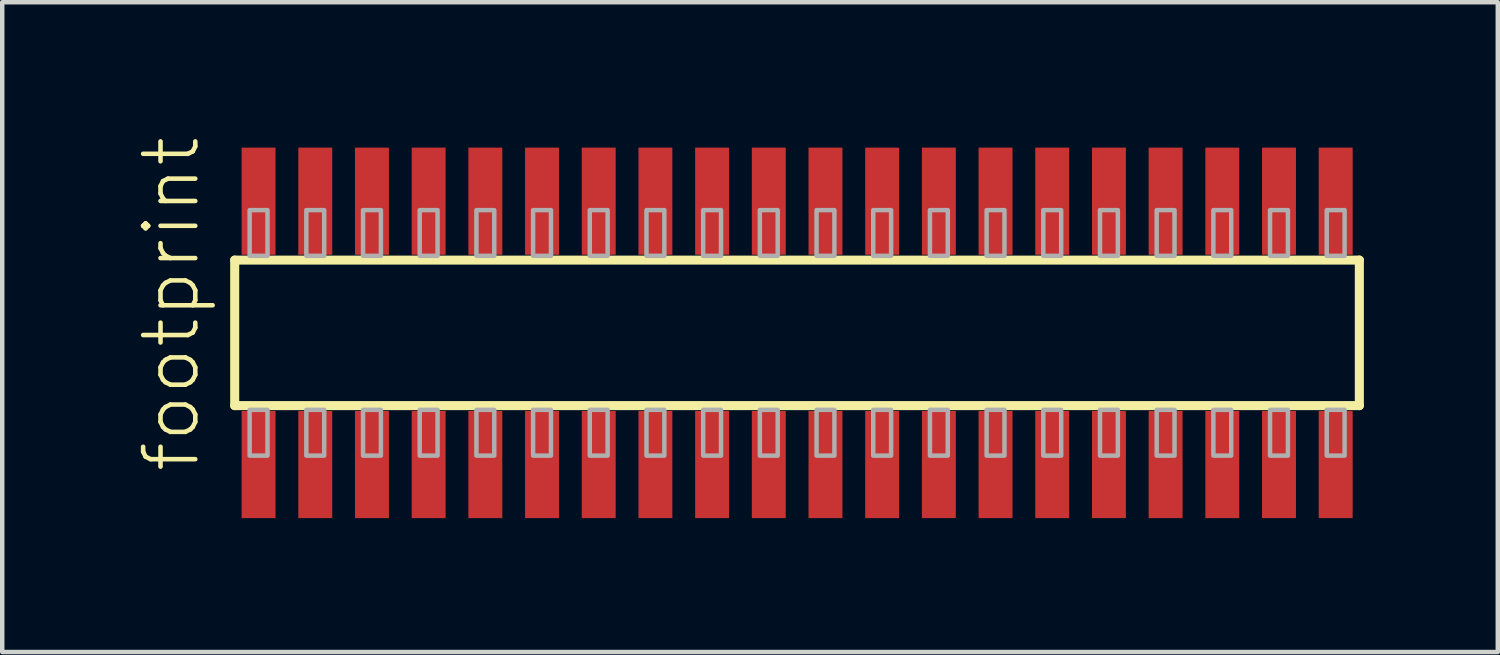
<source format=kicad_pcb>
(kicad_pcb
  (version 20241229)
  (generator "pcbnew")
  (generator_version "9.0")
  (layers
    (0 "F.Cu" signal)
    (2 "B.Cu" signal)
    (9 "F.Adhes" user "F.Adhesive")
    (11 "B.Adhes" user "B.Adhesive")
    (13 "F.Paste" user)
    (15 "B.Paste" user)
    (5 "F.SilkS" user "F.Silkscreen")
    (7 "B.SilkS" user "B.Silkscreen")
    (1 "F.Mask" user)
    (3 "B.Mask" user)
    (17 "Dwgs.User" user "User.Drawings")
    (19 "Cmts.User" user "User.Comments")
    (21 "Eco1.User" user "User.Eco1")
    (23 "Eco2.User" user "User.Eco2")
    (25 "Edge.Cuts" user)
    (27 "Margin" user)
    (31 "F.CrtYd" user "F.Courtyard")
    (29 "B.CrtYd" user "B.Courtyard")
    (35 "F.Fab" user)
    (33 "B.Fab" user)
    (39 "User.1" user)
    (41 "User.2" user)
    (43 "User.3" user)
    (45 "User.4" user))
  (footprint "footprint"
    (layer "F.Cu")
    (at 14.808 4.407)
    (property "Reference" "footprint" (at -13.335 3.175 90) (layer "F.SilkS") (effects (font (size 1.168 1.168) (thickness 0.102)) (justify left bottom)))
    (fp_line (start -12.6 -1.63) (end 12.595 -1.63) (stroke (width 0.203) (type solid)) (layer "F.SilkS"))
    (fp_line (start -12.6 1.63) (end -12.6 -1.63) (stroke (width 0.203) (type solid)) (layer "F.SilkS"))
    (fp_line (start 12.595 -1.63) (end 12.595 1.63) (stroke (width 0.203) (type solid)) (layer "F.SilkS"))
    (fp_line (start 12.595 1.63) (end -12.6 1.63) (stroke (width 0.203) (type solid)) (layer "F.SilkS"))
    (fp_poly (pts (xy -12.265 -1.725) (xy -11.865 -1.725) (xy -11.865 -2.75) (xy -12.265 -2.75)) (stroke (width 0.1) (type solid)) (fill no) (layer "F.Fab"))
    (fp_poly (pts (xy -11.865 1.725) (xy -12.265 1.725) (xy -12.265 2.75) (xy -11.865 2.75)) (stroke (width 0.1) (type solid)) (fill no) (layer "F.Fab"))
    (fp_poly (pts (xy -10.995 -1.725) (xy -10.595 -1.725) (xy -10.595 -2.75) (xy -10.995 -2.75)) (stroke (width 0.1) (type solid)) (fill no) (layer "F.Fab"))
    (fp_poly (pts (xy -10.595 1.725) (xy -10.995 1.725) (xy -10.995 2.75) (xy -10.595 2.75)) (stroke (width 0.1) (type solid)) (fill no) (layer "F.Fab"))
    (fp_poly (pts (xy -9.725 -1.725) (xy -9.325 -1.725) (xy -9.325 -2.75) (xy -9.725 -2.75)) (stroke (width 0.1) (type solid)) (fill no) (layer "F.Fab"))
    (fp_poly (pts (xy -9.325 1.725) (xy -9.725 1.725) (xy -9.725 2.75) (xy -9.325 2.75)) (stroke (width 0.1) (type solid)) (fill no) (layer "F.Fab"))
    (fp_poly (pts (xy -8.455 -1.725) (xy -8.055 -1.725) (xy -8.055 -2.75) (xy -8.455 -2.75)) (stroke (width 0.1) (type solid)) (fill no) (layer "F.Fab"))
    (fp_poly (pts (xy -8.055 1.725) (xy -8.455 1.725) (xy -8.455 2.75) (xy -8.055 2.75)) (stroke (width 0.1) (type solid)) (fill no) (layer "F.Fab"))
    (fp_poly (pts (xy -7.185 -1.725) (xy -6.785 -1.725) (xy -6.785 -2.75) (xy -7.185 -2.75)) (stroke (width 0.1) (type solid)) (fill no) (layer "F.Fab"))
    (fp_poly (pts (xy -6.785 1.725) (xy -7.185 1.725) (xy -7.185 2.75) (xy -6.785 2.75)) (stroke (width 0.1) (type solid)) (fill no) (layer "F.Fab"))
    (fp_poly (pts (xy -5.915 -1.725) (xy -5.515 -1.725) (xy -5.515 -2.75) (xy -5.915 -2.75)) (stroke (width 0.1) (type solid)) (fill no) (layer "F.Fab"))
    (fp_poly (pts (xy -5.515 1.725) (xy -5.915 1.725) (xy -5.915 2.75) (xy -5.515 2.75)) (stroke (width 0.1) (type solid)) (fill no) (layer "F.Fab"))
    (fp_poly (pts (xy -4.645 -1.725) (xy -4.245 -1.725) (xy -4.245 -2.75) (xy -4.645 -2.75)) (stroke (width 0.1) (type solid)) (fill no) (layer "F.Fab"))
    (fp_poly (pts (xy -4.245 1.725) (xy -4.645 1.725) (xy -4.645 2.75) (xy -4.245 2.75)) (stroke (width 0.1) (type solid)) (fill no) (layer "F.Fab"))
    (fp_poly (pts (xy -3.375 -1.725) (xy -2.975 -1.725) (xy -2.975 -2.75) (xy -3.375 -2.75)) (stroke (width 0.1) (type solid)) (fill no) (layer "F.Fab"))
    (fp_poly (pts (xy -2.975 1.725) (xy -3.375 1.725) (xy -3.375 2.75) (xy -2.975 2.75)) (stroke (width 0.1) (type solid)) (fill no) (layer "F.Fab"))
    (fp_poly (pts (xy -2.105 -1.725) (xy -1.705 -1.725) (xy -1.705 -2.75) (xy -2.105 -2.75)) (stroke (width 0.1) (type solid)) (fill no) (layer "F.Fab"))
    (fp_poly (pts (xy -1.705 1.725) (xy -2.105 1.725) (xy -2.105 2.75) (xy -1.705 2.75)) (stroke (width 0.1) (type solid)) (fill no) (layer "F.Fab"))
    (fp_poly (pts (xy -0.835 -1.725) (xy -0.435 -1.725) (xy -0.435 -2.75) (xy -0.835 -2.75)) (stroke (width 0.1) (type solid)) (fill no) (layer "F.Fab"))
    (fp_poly (pts (xy -0.435 1.725) (xy -0.835 1.725) (xy -0.835 2.75) (xy -0.435 2.75)) (stroke (width 0.1) (type solid)) (fill no) (layer "F.Fab"))
    (fp_poly (pts (xy 0.435 -1.725) (xy 0.835 -1.725) (xy 0.835 -2.75) (xy 0.435 -2.75)) (stroke (width 0.1) (type solid)) (fill no) (layer "F.Fab"))
    (fp_poly (pts (xy 0.835 1.725) (xy 0.435 1.725) (xy 0.435 2.75) (xy 0.835 2.75)) (stroke (width 0.1) (type solid)) (fill no) (layer "F.Fab"))
    (fp_poly (pts (xy 1.705 -1.725) (xy 2.105 -1.725) (xy 2.105 -2.75) (xy 1.705 -2.75)) (stroke (width 0.1) (type solid)) (fill no) (layer "F.Fab"))
    (fp_poly (pts (xy 2.105 1.725) (xy 1.705 1.725) (xy 1.705 2.75) (xy 2.105 2.75)) (stroke (width 0.1) (type solid)) (fill no) (layer "F.Fab"))
    (fp_poly (pts (xy 2.975 -1.725) (xy 3.375 -1.725) (xy 3.375 -2.75) (xy 2.975 -2.75)) (stroke (width 0.1) (type solid)) (fill no) (layer "F.Fab"))
    (fp_poly (pts (xy 3.375 1.725) (xy 2.975 1.725) (xy 2.975 2.75) (xy 3.375 2.75)) (stroke (width 0.1) (type solid)) (fill no) (layer "F.Fab"))
    (fp_poly (pts (xy 4.245 -1.725) (xy 4.645 -1.725) (xy 4.645 -2.75) (xy 4.245 -2.75)) (stroke (width 0.1) (type solid)) (fill no) (layer "F.Fab"))
    (fp_poly (pts (xy 4.645 1.725) (xy 4.245 1.725) (xy 4.245 2.75) (xy 4.645 2.75)) (stroke (width 0.1) (type solid)) (fill no) (layer "F.Fab"))
    (fp_poly (pts (xy 5.515 -1.725) (xy 5.915 -1.725) (xy 5.915 -2.75) (xy 5.515 -2.75)) (stroke (width 0.1) (type solid)) (fill no) (layer "F.Fab"))
    (fp_poly (pts (xy 5.915 1.725) (xy 5.515 1.725) (xy 5.515 2.75) (xy 5.915 2.75)) (stroke (width 0.1) (type solid)) (fill no) (layer "F.Fab"))
    (fp_poly (pts (xy 6.785 -1.725) (xy 7.185 -1.725) (xy 7.185 -2.75) (xy 6.785 -2.75)) (stroke (width 0.1) (type solid)) (fill no) (layer "F.Fab"))
    (fp_poly (pts (xy 7.185 1.725) (xy 6.785 1.725) (xy 6.785 2.75) (xy 7.185 2.75)) (stroke (width 0.1) (type solid)) (fill no) (layer "F.Fab"))
    (fp_poly (pts (xy 8.055 -1.725) (xy 8.455 -1.725) (xy 8.455 -2.75) (xy 8.055 -2.75)) (stroke (width 0.1) (type solid)) (fill no) (layer "F.Fab"))
    (fp_poly (pts (xy 8.455 1.725) (xy 8.055 1.725) (xy 8.055 2.75) (xy 8.455 2.75)) (stroke (width 0.1) (type solid)) (fill no) (layer "F.Fab"))
    (fp_poly (pts (xy 9.325 -1.725) (xy 9.725 -1.725) (xy 9.725 -2.75) (xy 9.325 -2.75)) (stroke (width 0.1) (type solid)) (fill no) (layer "F.Fab"))
    (fp_poly (pts (xy 9.725 1.725) (xy 9.325 1.725) (xy 9.325 2.75) (xy 9.725 2.75)) (stroke (width 0.1) (type solid)) (fill no) (layer "F.Fab"))
    (fp_poly (pts (xy 10.595 -1.725) (xy 10.995 -1.725) (xy 10.995 -2.75) (xy 10.595 -2.75)) (stroke (width 0.1) (type solid)) (fill no) (layer "F.Fab"))
    (fp_poly (pts (xy 10.995 1.725) (xy 10.595 1.725) (xy 10.595 2.75) (xy 10.995 2.75)) (stroke (width 0.1) (type solid)) (fill no) (layer "F.Fab"))
    (fp_poly (pts (xy 11.865 -1.725) (xy 12.265 -1.725) (xy 12.265 -2.75) (xy 11.865 -2.75)) (stroke (width 0.1) (type solid)) (fill no) (layer "F.Fab"))
    (fp_poly (pts (xy 12.265 1.725) (xy 11.865 1.725) (xy 11.865 2.75) (xy 12.265 2.75)) (stroke (width 0.1) (type solid)) (fill no) (layer "F.Fab"))
    (pad "1" smd rect (at -12.065 2.95) (size 0.76 2.4) (layers "F.Cu" "F.Mask" "F.Paste"))
    (pad "2" smd rect (at -12.065 -2.95) (size 0.76 2.4) (layers "F.Cu" "F.Mask" "F.Paste"))
    (pad "3" smd rect (at -10.795 2.95) (size 0.76 2.4) (layers "F.Cu" "F.Mask" "F.Paste"))
    (pad "4" smd rect (at -10.795 -2.95) (size 0.76 2.4) (layers "F.Cu" "F.Mask" "F.Paste"))
    (pad "5" smd rect (at -9.525 2.95) (size 0.76 2.4) (layers "F.Cu" "F.Mask" "F.Paste"))
    (pad "6" smd rect (at -9.525 -2.95) (size 0.76 2.4) (layers "F.Cu" "F.Mask" "F.Paste"))
    (pad "7" smd rect (at -8.255 2.95) (size 0.76 2.4) (layers "F.Cu" "F.Mask" "F.Paste"))
    (pad "8" smd rect (at -8.255 -2.95) (size 0.76 2.4) (layers "F.Cu" "F.Mask" "F.Paste"))
    (pad "9" smd rect (at -6.985 2.95) (size 0.76 2.4) (layers "F.Cu" "F.Mask" "F.Paste"))
    (pad "10" smd rect (at -6.985 -2.95) (size 0.76 2.4) (layers "F.Cu" "F.Mask" "F.Paste"))
    (pad "11" smd rect (at -5.715 2.95) (size 0.76 2.4) (layers "F.Cu" "F.Mask" "F.Paste"))
    (pad "12" smd rect (at -5.715 -2.95) (size 0.76 2.4) (layers "F.Cu" "F.Mask" "F.Paste"))
    (pad "13" smd rect (at -4.445 2.95) (size 0.76 2.4) (layers "F.Cu" "F.Mask" "F.Paste"))
    (pad "14" smd rect (at -4.445 -2.95) (size 0.76 2.4) (layers "F.Cu" "F.Mask" "F.Paste"))
    (pad "15" smd rect (at -3.175 2.95) (size 0.76 2.4) (layers "F.Cu" "F.Mask" "F.Paste"))
    (pad "16" smd rect (at -3.175 -2.95) (size 0.76 2.4) (layers "F.Cu" "F.Mask" "F.Paste"))
    (pad "17" smd rect (at -1.905 2.95) (size 0.76 2.4) (layers "F.Cu" "F.Mask" "F.Paste"))
    (pad "18" smd rect (at -1.905 -2.95) (size 0.76 2.4) (layers "F.Cu" "F.Mask" "F.Paste"))
    (pad "19" smd rect (at -0.635 2.95) (size 0.76 2.4) (layers "F.Cu" "F.Mask" "F.Paste"))
    (pad "20" smd rect (at -0.635 -2.95) (size 0.76 2.4) (layers "F.Cu" "F.Mask" "F.Paste"))
    (pad "21" smd rect (at 0.635 2.95) (size 0.76 2.4) (layers "F.Cu" "F.Mask" "F.Paste"))
    (pad "22" smd rect (at 0.635 -2.95) (size 0.76 2.4) (layers "F.Cu" "F.Mask" "F.Paste"))
    (pad "23" smd rect (at 1.905 2.95) (size 0.76 2.4) (layers "F.Cu" "F.Mask" "F.Paste"))
    (pad "24" smd rect (at 1.905 -2.95) (size 0.76 2.4) (layers "F.Cu" "F.Mask" "F.Paste"))
    (pad "25" smd rect (at 3.175 2.95) (size 0.76 2.4) (layers "F.Cu" "F.Mask" "F.Paste"))
    (pad "26" smd rect (at 3.175 -2.95) (size 0.76 2.4) (layers "F.Cu" "F.Mask" "F.Paste"))
    (pad "27" smd rect (at 4.445 2.95) (size 0.76 2.4) (layers "F.Cu" "F.Mask" "F.Paste"))
    (pad "28" smd rect (at 4.445 -2.95) (size 0.76 2.4) (layers "F.Cu" "F.Mask" "F.Paste"))
    (pad "29" smd rect (at 5.715 2.95) (size 0.76 2.4) (layers "F.Cu" "F.Mask" "F.Paste"))
    (pad "30" smd rect (at 5.715 -2.95) (size 0.76 2.4) (layers "F.Cu" "F.Mask" "F.Paste"))
    (pad "31" smd rect (at 6.985 2.95) (size 0.76 2.4) (layers "F.Cu" "F.Mask" "F.Paste"))
    (pad "32" smd rect (at 6.985 -2.95) (size 0.76 2.4) (layers "F.Cu" "F.Mask" "F.Paste"))
    (pad "33" smd rect (at 8.255 2.95) (size 0.76 2.4) (layers "F.Cu" "F.Mask" "F.Paste"))
    (pad "34" smd rect (at 8.255 -2.95) (size 0.76 2.4) (layers "F.Cu" "F.Mask" "F.Paste"))
    (pad "35" smd rect (at 9.525 2.95) (size 0.76 2.4) (layers "F.Cu" "F.Mask" "F.Paste"))
    (pad "36" smd rect (at 9.525 -2.95) (size 0.76 2.4) (layers "F.Cu" "F.Mask" "F.Paste"))
    (pad "37" smd rect (at 10.795 2.95) (size 0.76 2.4) (layers "F.Cu" "F.Mask" "F.Paste"))
    (pad "38" smd rect (at 10.795 -2.95) (size 0.76 2.4) (layers "F.Cu" "F.Mask" "F.Paste"))
    (pad "39" smd rect (at 12.065 2.95) (size 0.76 2.4) (layers "F.Cu" "F.Mask" "F.Paste"))
    (pad "40" smd rect (at 12.065 -2.95) (size 0.76 2.4) (layers "F.Cu" "F.Mask" "F.Paste")))
  (gr_rect
    (start -3 -3)
    (end 30.505 11.557)
    (stroke (width 0.1) (type default))
    (fill no)
    (layer "Edge.Cuts")))
</source>
